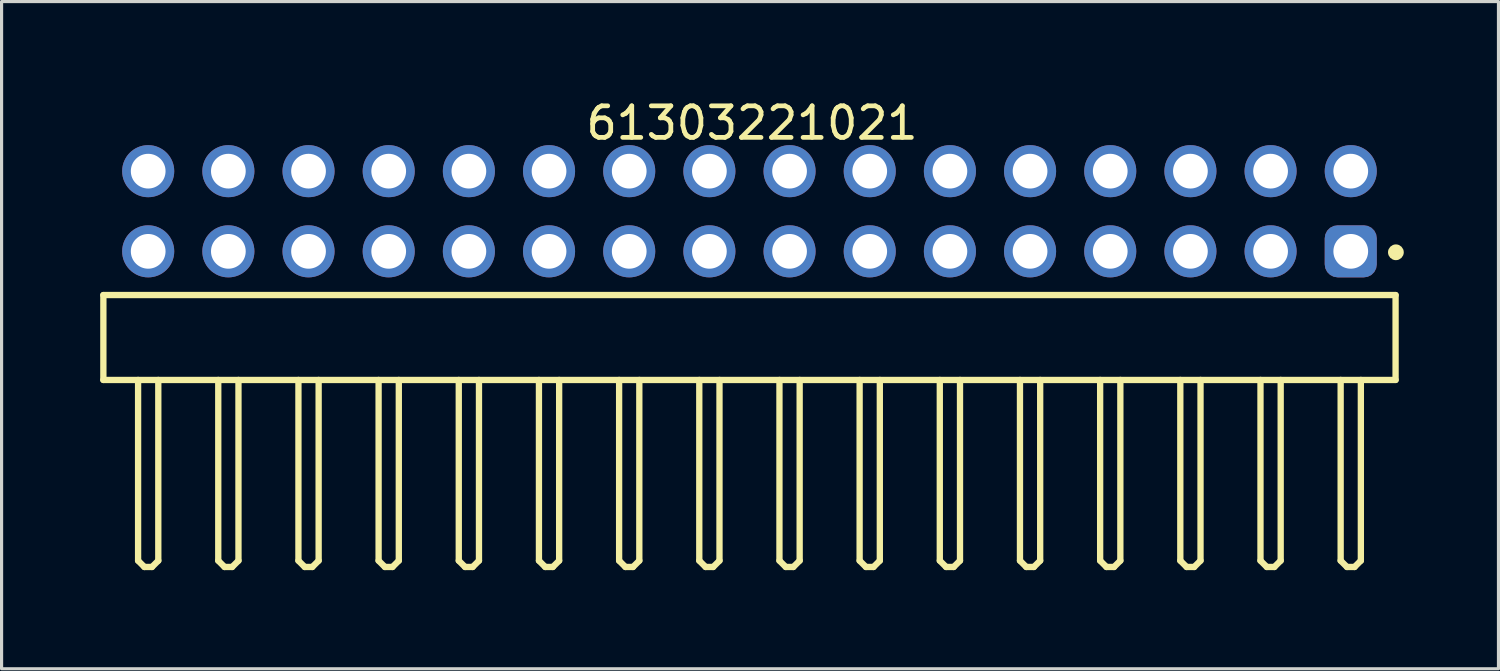
<source format=kicad_pcb>
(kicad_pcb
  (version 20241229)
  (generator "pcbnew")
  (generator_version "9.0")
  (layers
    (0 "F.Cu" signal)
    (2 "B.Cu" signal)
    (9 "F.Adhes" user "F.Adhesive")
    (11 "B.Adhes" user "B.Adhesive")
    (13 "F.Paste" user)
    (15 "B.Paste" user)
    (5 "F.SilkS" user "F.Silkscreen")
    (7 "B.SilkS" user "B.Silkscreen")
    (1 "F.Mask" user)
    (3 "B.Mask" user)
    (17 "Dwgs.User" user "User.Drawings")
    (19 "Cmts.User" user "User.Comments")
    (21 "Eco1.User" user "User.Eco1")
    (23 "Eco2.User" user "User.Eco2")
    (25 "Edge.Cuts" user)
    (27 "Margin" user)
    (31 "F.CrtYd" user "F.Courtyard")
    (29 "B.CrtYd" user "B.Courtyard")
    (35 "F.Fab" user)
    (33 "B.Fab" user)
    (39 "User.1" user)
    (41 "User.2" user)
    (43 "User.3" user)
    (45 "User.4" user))
  (footprint "61303221021"
    (layer "F.Cu")
    (at 20.695 7.643)
    (property "Reference" "61303221021" (at 0.08 -6.795 0) (layer "F.SilkS") (effects (font (size 1 1) (thickness 0.15))))
    (fp_line (start -20.47 -1.345) (end 20.47 -1.345) (stroke (width 0.2) (type solid)) (layer "F.SilkS"))
    (fp_line (start -20.47 1.345) (end -20.47 -1.345) (stroke (width 0.2) (type solid)) (layer "F.SilkS"))
    (fp_line (start -20.47 1.345) (end 20.47 1.345) (stroke (width 0.2) (type solid)) (layer "F.SilkS"))
    (fp_line (start -19.37 7.07) (end -19.37 1.345) (stroke (width 0.2) (type solid)) (layer "F.SilkS"))
    (fp_line (start -19.37 7.07) (end -19.17 7.27) (stroke (width 0.2) (type solid)) (layer "F.SilkS"))
    (fp_line (start -19.17 7.27) (end -18.93 7.27) (stroke (width 0.2) (type solid)) (layer "F.SilkS"))
    (fp_line (start -18.93 7.27) (end -18.73 7.07) (stroke (width 0.2) (type solid)) (layer "F.SilkS"))
    (fp_line (start -18.73 7.07) (end -18.73 1.345) (stroke (width 0.2) (type solid)) (layer "F.SilkS"))
    (fp_line (start -16.83 7.07) (end -16.83 1.345) (stroke (width 0.2) (type solid)) (layer "F.SilkS"))
    (fp_line (start -16.83 7.07) (end -16.63 7.27) (stroke (width 0.2) (type solid)) (layer "F.SilkS"))
    (fp_line (start -16.63 7.27) (end -16.39 7.27) (stroke (width 0.2) (type solid)) (layer "F.SilkS"))
    (fp_line (start -16.39 7.27) (end -16.19 7.07) (stroke (width 0.2) (type solid)) (layer "F.SilkS"))
    (fp_line (start -16.19 7.07) (end -16.19 1.345) (stroke (width 0.2) (type solid)) (layer "F.SilkS"))
    (fp_line (start -14.29 7.07) (end -14.29 1.345) (stroke (width 0.2) (type solid)) (layer "F.SilkS"))
    (fp_line (start -14.29 7.07) (end -14.09 7.27) (stroke (width 0.2) (type solid)) (layer "F.SilkS"))
    (fp_line (start -14.09 7.27) (end -13.85 7.27) (stroke (width 0.2) (type solid)) (layer "F.SilkS"))
    (fp_line (start -13.85 7.27) (end -13.65 7.07) (stroke (width 0.2) (type solid)) (layer "F.SilkS"))
    (fp_line (start -13.65 7.07) (end -13.65 1.345) (stroke (width 0.2) (type solid)) (layer "F.SilkS"))
    (fp_line (start -11.75 7.07) (end -11.75 1.345) (stroke (width 0.2) (type solid)) (layer "F.SilkS"))
    (fp_line (start -11.75 7.07) (end -11.55 7.27) (stroke (width 0.2) (type solid)) (layer "F.SilkS"))
    (fp_line (start -11.55 7.27) (end -11.31 7.27) (stroke (width 0.2) (type solid)) (layer "F.SilkS"))
    (fp_line (start -11.31 7.27) (end -11.11 7.07) (stroke (width 0.2) (type solid)) (layer "F.SilkS"))
    (fp_line (start -11.11 7.07) (end -11.11 1.345) (stroke (width 0.2) (type solid)) (layer "F.SilkS"))
    (fp_line (start -9.21 7.07) (end -9.21 1.345) (stroke (width 0.2) (type solid)) (layer "F.SilkS"))
    (fp_line (start -9.21 7.07) (end -9.01 7.27) (stroke (width 0.2) (type solid)) (layer "F.SilkS"))
    (fp_line (start -9.01 7.27) (end -8.77 7.27) (stroke (width 0.2) (type solid)) (layer "F.SilkS"))
    (fp_line (start -8.77 7.27) (end -8.57 7.07) (stroke (width 0.2) (type solid)) (layer "F.SilkS"))
    (fp_line (start -8.57 7.07) (end -8.57 1.345) (stroke (width 0.2) (type solid)) (layer "F.SilkS"))
    (fp_line (start -6.67 7.07) (end -6.67 1.345) (stroke (width 0.2) (type solid)) (layer "F.SilkS"))
    (fp_line (start -6.67 7.07) (end -6.47 7.27) (stroke (width 0.2) (type solid)) (layer "F.SilkS"))
    (fp_line (start -6.47 7.27) (end -6.23 7.27) (stroke (width 0.2) (type solid)) (layer "F.SilkS"))
    (fp_line (start -6.23 7.27) (end -6.03 7.07) (stroke (width 0.2) (type solid)) (layer "F.SilkS"))
    (fp_line (start -6.03 7.07) (end -6.03 1.345) (stroke (width 0.2) (type solid)) (layer "F.SilkS"))
    (fp_line (start -4.13 7.07) (end -4.13 1.345) (stroke (width 0.2) (type solid)) (layer "F.SilkS"))
    (fp_line (start -4.13 7.07) (end -3.93 7.27) (stroke (width 0.2) (type solid)) (layer "F.SilkS"))
    (fp_line (start -3.93 7.27) (end -3.69 7.27) (stroke (width 0.2) (type solid)) (layer "F.SilkS"))
    (fp_line (start -3.69 7.27) (end -3.49 7.07) (stroke (width 0.2) (type solid)) (layer "F.SilkS"))
    (fp_line (start -3.49 7.07) (end -3.49 1.345) (stroke (width 0.2) (type solid)) (layer "F.SilkS"))
    (fp_line (start -1.59 7.07) (end -1.59 1.345) (stroke (width 0.2) (type solid)) (layer "F.SilkS"))
    (fp_line (start -1.59 7.07) (end -1.39 7.27) (stroke (width 0.2) (type solid)) (layer "F.SilkS"))
    (fp_line (start -1.39 7.27) (end -1.15 7.27) (stroke (width 0.2) (type solid)) (layer "F.SilkS"))
    (fp_line (start -1.15 7.27) (end -0.95 7.07) (stroke (width 0.2) (type solid)) (layer "F.SilkS"))
    (fp_line (start -0.95 7.07) (end -0.95 1.345) (stroke (width 0.2) (type solid)) (layer "F.SilkS"))
    (fp_line (start 0.95 7.07) (end 0.95 1.345) (stroke (width 0.2) (type solid)) (layer "F.SilkS"))
    (fp_line (start 0.95 7.07) (end 1.15 7.27) (stroke (width 0.2) (type solid)) (layer "F.SilkS"))
    (fp_line (start 1.15 7.27) (end 1.39 7.27) (stroke (width 0.2) (type solid)) (layer "F.SilkS"))
    (fp_line (start 1.39 7.27) (end 1.59 7.07) (stroke (width 0.2) (type solid)) (layer "F.SilkS"))
    (fp_line (start 1.59 7.07) (end 1.59 1.345) (stroke (width 0.2) (type solid)) (layer "F.SilkS"))
    (fp_line (start 3.49 7.07) (end 3.49 1.345) (stroke (width 0.2) (type solid)) (layer "F.SilkS"))
    (fp_line (start 3.49 7.07) (end 3.69 7.27) (stroke (width 0.2) (type solid)) (layer "F.SilkS"))
    (fp_line (start 3.69 7.27) (end 3.93 7.27) (stroke (width 0.2) (type solid)) (layer "F.SilkS"))
    (fp_line (start 3.93 7.27) (end 4.13 7.07) (stroke (width 0.2) (type solid)) (layer "F.SilkS"))
    (fp_line (start 4.13 7.07) (end 4.13 1.345) (stroke (width 0.2) (type solid)) (layer "F.SilkS"))
    (fp_line (start 6.03 7.07) (end 6.03 1.345) (stroke (width 0.2) (type solid)) (layer "F.SilkS"))
    (fp_line (start 6.03 7.07) (end 6.23 7.27) (stroke (width 0.2) (type solid)) (layer "F.SilkS"))
    (fp_line (start 6.23 7.27) (end 6.47 7.27) (stroke (width 0.2) (type solid)) (layer "F.SilkS"))
    (fp_line (start 6.47 7.27) (end 6.67 7.07) (stroke (width 0.2) (type solid)) (layer "F.SilkS"))
    (fp_line (start 6.67 7.07) (end 6.67 1.345) (stroke (width 0.2) (type solid)) (layer "F.SilkS"))
    (fp_line (start 8.57 7.07) (end 8.57 1.345) (stroke (width 0.2) (type solid)) (layer "F.SilkS"))
    (fp_line (start 8.57 7.07) (end 8.77 7.27) (stroke (width 0.2) (type solid)) (layer "F.SilkS"))
    (fp_line (start 8.77 7.27) (end 9.01 7.27) (stroke (width 0.2) (type solid)) (layer "F.SilkS"))
    (fp_line (start 9.01 7.27) (end 9.21 7.07) (stroke (width 0.2) (type solid)) (layer "F.SilkS"))
    (fp_line (start 9.21 7.07) (end 9.21 1.345) (stroke (width 0.2) (type solid)) (layer "F.SilkS"))
    (fp_line (start 11.11 7.07) (end 11.11 1.345) (stroke (width 0.2) (type solid)) (layer "F.SilkS"))
    (fp_line (start 11.11 7.07) (end 11.31 7.27) (stroke (width 0.2) (type solid)) (layer "F.SilkS"))
    (fp_line (start 11.31 7.27) (end 11.55 7.27) (stroke (width 0.2) (type solid)) (layer "F.SilkS"))
    (fp_line (start 11.55 7.27) (end 11.75 7.07) (stroke (width 0.2) (type solid)) (layer "F.SilkS"))
    (fp_line (start 11.75 7.07) (end 11.75 1.345) (stroke (width 0.2) (type solid)) (layer "F.SilkS"))
    (fp_line (start 13.65 7.07) (end 13.65 1.345) (stroke (width 0.2) (type solid)) (layer "F.SilkS"))
    (fp_line (start 13.65 7.07) (end 13.85 7.27) (stroke (width 0.2) (type solid)) (layer "F.SilkS"))
    (fp_line (start 13.85 7.27) (end 14.09 7.27) (stroke (width 0.2) (type solid)) (layer "F.SilkS"))
    (fp_line (start 14.09 7.27) (end 14.29 7.07) (stroke (width 0.2) (type solid)) (layer "F.SilkS"))
    (fp_line (start 14.29 7.07) (end 14.29 1.345) (stroke (width 0.2) (type solid)) (layer "F.SilkS"))
    (fp_line (start 16.19 7.07) (end 16.19 1.345) (stroke (width 0.2) (type solid)) (layer "F.SilkS"))
    (fp_line (start 16.19 7.07) (end 16.39 7.27) (stroke (width 0.2) (type solid)) (layer "F.SilkS"))
    (fp_line (start 16.39 7.27) (end 16.63 7.27) (stroke (width 0.2) (type solid)) (layer "F.SilkS"))
    (fp_line (start 16.63 7.27) (end 16.83 7.07) (stroke (width 0.2) (type solid)) (layer "F.SilkS"))
    (fp_line (start 16.83 7.07) (end 16.83 1.345) (stroke (width 0.2) (type solid)) (layer "F.SilkS"))
    (fp_line (start 18.73 7.07) (end 18.73 1.345) (stroke (width 0.2) (type solid)) (layer "F.SilkS"))
    (fp_line (start 18.73 7.07) (end 18.93 7.27) (stroke (width 0.2) (type solid)) (layer "F.SilkS"))
    (fp_line (start 18.93 7.27) (end 19.17 7.27) (stroke (width 0.2) (type solid)) (layer "F.SilkS"))
    (fp_line (start 19.17 7.27) (end 19.37 7.07) (stroke (width 0.2) (type solid)) (layer "F.SilkS"))
    (fp_line (start 19.37 7.07) (end 19.37 1.345) (stroke (width 0.2) (type solid)) (layer "F.SilkS"))
    (fp_line (start 20.47 1.345) (end 20.47 -1.345) (stroke (width 0.2) (type solid)) (layer "F.SilkS"))
    (fp_circle (center 20.48 -2.7) (end 20.48 -2.825) (stroke (width 0.25) (type solid)) (fill no) (layer "F.SilkS"))
    (fp_line (start -20.67 -6.295) (end 20.67 -6.295) (stroke (width 0.05) (type solid)) (layer "Eco2.User"))
    (fp_line (start -20.67 7.47) (end -20.67 -6.295) (stroke (width 0.05) (type solid)) (layer "Eco2.User"))
    (fp_line (start -20.67 7.47) (end 20.67 7.47) (stroke (width 0.05) (type solid)) (layer "Eco2.User"))
    (fp_line (start -20.32 -1.27) (end 20.32 -1.27) (stroke (width 0.1) (type solid)) (layer "Eco2.User"))
    (fp_line (start -20.32 1.27) (end -20.32 -1.27) (stroke (width 0.1) (type solid)) (layer "Eco2.User"))
    (fp_line (start -20.32 1.27) (end 20.32 1.27) (stroke (width 0.1) (type solid)) (layer "Eco2.User"))
    (fp_line (start -19.37 -5.63) (end -18.73 -5.63) (stroke (width 0.1) (type solid)) (layer "Eco2.User"))
    (fp_line (start -19.37 -3.09) (end -18.73 -3.09) (stroke (width 0.1) (type solid)) (layer "Eco2.User"))
    (fp_line (start -19.37 -1.27) (end -19.37 -5.63) (stroke (width 0.1) (type solid)) (layer "Eco2.User"))
    (fp_line (start -19.37 7.07) (end -19.37 1.27) (stroke (width 0.1) (type solid)) (layer "Eco2.User"))
    (fp_line (start -19.37 7.07) (end -19.17 7.27) (stroke (width 0.1) (type solid)) (layer "Eco2.User"))
    (fp_line (start -19.17 7.27) (end -18.93 7.27) (stroke (width 0.1) (type solid)) (layer "Eco2.User"))
    (fp_line (start -18.93 7.27) (end -18.73 7.07) (stroke (width 0.1) (type solid)) (layer "Eco2.User"))
    (fp_line (start -18.73 -1.27) (end -18.73 -5.63) (stroke (width 0.1) (type solid)) (layer "Eco2.User"))
    (fp_line (start -18.73 7.07) (end -18.73 1.27) (stroke (width 0.1) (type solid)) (layer "Eco2.User"))
    (fp_line (start -16.83 -5.63) (end -16.19 -5.63) (stroke (width 0.1) (type solid)) (layer "Eco2.User"))
    (fp_line (start -16.83 -3.09) (end -16.19 -3.09) (stroke (width 0.1) (type solid)) (layer "Eco2.User"))
    (fp_line (start -16.83 -1.27) (end -16.83 -5.63) (stroke (width 0.1) (type solid)) (layer "Eco2.User"))
    (fp_line (start -16.83 7.07) (end -16.83 1.27) (stroke (width 0.1) (type solid)) (layer "Eco2.User"))
    (fp_line (start -16.83 7.07) (end -16.63 7.27) (stroke (width 0.1) (type solid)) (layer "Eco2.User"))
    (fp_line (start -16.63 7.27) (end -16.39 7.27) (stroke (width 0.1) (type solid)) (layer "Eco2.User"))
    (fp_line (start -16.39 7.27) (end -16.19 7.07) (stroke (width 0.1) (type solid)) (layer "Eco2.User"))
    (fp_line (start -16.19 -1.27) (end -16.19 -5.63) (stroke (width 0.1) (type solid)) (layer "Eco2.User"))
    (fp_line (start -16.19 7.07) (end -16.19 1.27) (stroke (width 0.1) (type solid)) (layer "Eco2.User"))
    (fp_line (start -14.29 -5.63) (end -13.65 -5.63) (stroke (width 0.1) (type solid)) (layer "Eco2.User"))
    (fp_line (start -14.29 -3.09) (end -13.65 -3.09) (stroke (width 0.1) (type solid)) (layer "Eco2.User"))
    (fp_line (start -14.29 -1.27) (end -14.29 -5.63) (stroke (width 0.1) (type solid)) (layer "Eco2.User"))
    (fp_line (start -14.29 7.07) (end -14.29 1.27) (stroke (width 0.1) (type solid)) (layer "Eco2.User"))
    (fp_line (start -14.29 7.07) (end -14.09 7.27) (stroke (width 0.1) (type solid)) (layer "Eco2.User"))
    (fp_line (start -14.09 7.27) (end -13.85 7.27) (stroke (width 0.1) (type solid)) (layer "Eco2.User"))
    (fp_line (start -13.85 7.27) (end -13.65 7.07) (stroke (width 0.1) (type solid)) (layer "Eco2.User"))
    (fp_line (start -13.65 -1.27) (end -13.65 -5.63) (stroke (width 0.1) (type solid)) (layer "Eco2.User"))
    (fp_line (start -13.65 7.07) (end -13.65 1.27) (stroke (width 0.1) (type solid)) (layer "Eco2.User"))
    (fp_line (start -11.75 -5.63) (end -11.11 -5.63) (stroke (width 0.1) (type solid)) (layer "Eco2.User"))
    (fp_line (start -11.75 -3.09) (end -11.11 -3.09) (stroke (width 0.1) (type solid)) (layer "Eco2.User"))
    (fp_line (start -11.75 -1.27) (end -11.75 -5.63) (stroke (width 0.1) (type solid)) (layer "Eco2.User"))
    (fp_line (start -11.75 7.07) (end -11.75 1.27) (stroke (width 0.1) (type solid)) (layer "Eco2.User"))
    (fp_line (start -11.75 7.07) (end -11.55 7.27) (stroke (width 0.1) (type solid)) (layer "Eco2.User"))
    (fp_line (start -11.55 7.27) (end -11.31 7.27) (stroke (width 0.1) (type solid)) (layer "Eco2.User"))
    (fp_line (start -11.31 7.27) (end -11.11 7.07) (stroke (width 0.1) (type solid)) (layer "Eco2.User"))
    (fp_line (start -11.11 -1.27) (end -11.11 -5.63) (stroke (width 0.1) (type solid)) (layer "Eco2.User"))
    (fp_line (start -11.11 7.07) (end -11.11 1.27) (stroke (width 0.1) (type solid)) (layer "Eco2.User"))
    (fp_line (start -9.21 -5.63) (end -8.57 -5.63) (stroke (width 0.1) (type solid)) (layer "Eco2.User"))
    (fp_line (start -9.21 -3.09) (end -8.57 -3.09) (stroke (width 0.1) (type solid)) (layer "Eco2.User"))
    (fp_line (start -9.21 -1.27) (end -9.21 -5.63) (stroke (width 0.1) (type solid)) (layer "Eco2.User"))
    (fp_line (start -9.21 7.07) (end -9.21 1.27) (stroke (width 0.1) (type solid)) (layer "Eco2.User"))
    (fp_line (start -9.21 7.07) (end -9.01 7.27) (stroke (width 0.1) (type solid)) (layer "Eco2.User"))
    (fp_line (start -9.01 7.27) (end -8.77 7.27) (stroke (width 0.1) (type solid)) (layer "Eco2.User"))
    (fp_line (start -8.77 7.27) (end -8.57 7.07) (stroke (width 0.1) (type solid)) (layer "Eco2.User"))
    (fp_line (start -8.57 -1.27) (end -8.57 -5.63) (stroke (width 0.1) (type solid)) (layer "Eco2.User"))
    (fp_line (start -8.57 7.07) (end -8.57 1.27) (stroke (width 0.1) (type solid)) (layer "Eco2.User"))
    (fp_line (start -6.67 -5.63) (end -6.03 -5.63) (stroke (width 0.1) (type solid)) (layer "Eco2.User"))
    (fp_line (start -6.67 -3.09) (end -6.03 -3.09) (stroke (width 0.1) (type solid)) (layer "Eco2.User"))
    (fp_line (start -6.67 -1.27) (end -6.67 -5.63) (stroke (width 0.1) (type solid)) (layer "Eco2.User"))
    (fp_line (start -6.67 7.07) (end -6.67 1.27) (stroke (width 0.1) (type solid)) (layer "Eco2.User"))
    (fp_line (start -6.67 7.07) (end -6.47 7.27) (stroke (width 0.1) (type solid)) (layer "Eco2.User"))
    (fp_line (start -6.47 7.27) (end -6.23 7.27) (stroke (width 0.1) (type solid)) (layer "Eco2.User"))
    (fp_line (start -6.23 7.27) (end -6.03 7.07) (stroke (width 0.1) (type solid)) (layer "Eco2.User"))
    (fp_line (start -6.03 -1.27) (end -6.03 -5.63) (stroke (width 0.1) (type solid)) (layer "Eco2.User"))
    (fp_line (start -6.03 7.07) (end -6.03 1.27) (stroke (width 0.1) (type solid)) (layer "Eco2.User"))
    (fp_line (start -4.13 -5.63) (end -3.49 -5.63) (stroke (width 0.1) (type solid)) (layer "Eco2.User"))
    (fp_line (start -4.13 -3.09) (end -3.49 -3.09) (stroke (width 0.1) (type solid)) (layer "Eco2.User"))
    (fp_line (start -4.13 -3.09) (end -3.49 -3.09) (stroke (width 0.1) (type solid)) (layer "Eco2.User"))
    (fp_line (start -4.13 -1.27) (end -4.13 -5.63) (stroke (width 0.1) (type solid)) (layer "Eco2.User"))
    (fp_line (start -4.13 7.07) (end -4.13 1.27) (stroke (width 0.1) (type solid)) (layer "Eco2.User"))
    (fp_line (start -4.13 7.07) (end -3.93 7.27) (stroke (width 0.1) (type solid)) (layer "Eco2.User"))
    (fp_line (start -3.93 7.27) (end -3.69 7.27) (stroke (width 0.1) (type solid)) (layer "Eco2.User"))
    (fp_line (start -3.69 7.27) (end -3.49 7.07) (stroke (width 0.1) (type solid)) (layer "Eco2.User"))
    (fp_line (start -3.49 -1.27) (end -3.49 -5.63) (stroke (width 0.1) (type solid)) (layer "Eco2.User"))
    (fp_line (start -3.49 7.07) (end -3.49 1.27) (stroke (width 0.1) (type solid)) (layer "Eco2.User"))
    (fp_line (start -1.59 -5.63) (end -0.95 -5.63) (stroke (width 0.1) (type solid)) (layer "Eco2.User"))
    (fp_line (start -1.59 -3.09) (end -0.95 -3.09) (stroke (width 0.1) (type solid)) (layer "Eco2.User"))
    (fp_line (start -1.59 -1.27) (end -1.59 -5.63) (stroke (width 0.1) (type solid)) (layer "Eco2.User"))
    (fp_line (start -1.59 7.07) (end -1.59 1.27) (stroke (width 0.1) (type solid)) (layer "Eco2.User"))
    (fp_line (start -1.59 7.07) (end -1.39 7.27) (stroke (width 0.1) (type solid)) (layer "Eco2.User"))
    (fp_line (start -1.39 7.27) (end -1.15 7.27) (stroke (width 0.1) (type solid)) (layer "Eco2.User"))
    (fp_line (start -1.15 7.27) (end -0.95 7.07) (stroke (width 0.1) (type solid)) (layer "Eco2.User"))
    (fp_line (start -0.95 -1.27) (end -0.95 -5.63) (stroke (width 0.1) (type solid)) (layer "Eco2.User"))
    (fp_line (start -0.95 7.07) (end -0.95 1.27) (stroke (width 0.1) (type solid)) (layer "Eco2.User"))
    (fp_line (start -0.5 0) (end 0.5 0) (stroke (width 0.05) (type solid)) (layer "Eco2.User"))
    (fp_line (start 0 0.5) (end 0 -0.5) (stroke (width 0.05) (type solid)) (layer "Eco2.User"))
    (fp_line (start 0.95 -5.63) (end 1.59 -5.63) (stroke (width 0.1) (type solid)) (layer "Eco2.User"))
    (fp_line (start 0.95 -3.09) (end 1.59 -3.09) (stroke (width 0.1) (type solid)) (layer "Eco2.User"))
    (fp_line (start 0.95 -1.27) (end 0.95 -5.63) (stroke (width 0.1) (type solid)) (layer "Eco2.User"))
    (fp_line (start 0.95 7.07) (end 0.95 1.27) (stroke (width 0.1) (type solid)) (layer "Eco2.User"))
    (fp_line (start 0.95 7.07) (end 1.15 7.27) (stroke (width 0.1) (type solid)) (layer "Eco2.User"))
    (fp_line (start 1.15 7.27) (end 1.39 7.27) (stroke (width 0.1) (type solid)) (layer "Eco2.User"))
    (fp_line (start 1.39 7.27) (end 1.59 7.07) (stroke (width 0.1) (type solid)) (layer "Eco2.User"))
    (fp_line (start 1.59 -1.27) (end 1.59 -5.63) (stroke (width 0.1) (type solid)) (layer "Eco2.User"))
    (fp_line (start 1.59 7.07) (end 1.59 1.27) (stroke (width 0.1) (type solid)) (layer "Eco2.User"))
    (fp_line (start 3.49 -5.63) (end 4.13 -5.63) (stroke (width 0.1) (type solid)) (layer "Eco2.User"))
    (fp_line (start 3.49 -3.09) (end 4.13 -3.09) (stroke (width 0.1) (type solid)) (layer "Eco2.User"))
    (fp_line (start 3.49 -1.27) (end 3.49 -5.63) (stroke (width 0.1) (type solid)) (layer "Eco2.User"))
    (fp_line (start 3.49 7.07) (end 3.49 1.27) (stroke (width 0.1) (type solid)) (layer "Eco2.User"))
    (fp_line (start 3.49 7.07) (end 3.69 7.27) (stroke (width 0.1) (type solid)) (layer "Eco2.User"))
    (fp_line (start 3.69 7.27) (end 3.93 7.27) (stroke (width 0.1) (type solid)) (layer "Eco2.User"))
    (fp_line (start 3.93 7.27) (end 4.13 7.07) (stroke (width 0.1) (type solid)) (layer "Eco2.User"))
    (fp_line (start 4.13 -1.27) (end 4.13 -5.63) (stroke (width 0.1) (type solid)) (layer "Eco2.User"))
    (fp_line (start 4.13 7.07) (end 4.13 1.27) (stroke (width 0.1) (type solid)) (layer "Eco2.User"))
    (fp_line (start 6.03 -5.63) (end 6.67 -5.63) (stroke (width 0.1) (type solid)) (layer "Eco2.User"))
    (fp_line (start 6.03 -3.09) (end 6.67 -3.09) (stroke (width 0.1) (type solid)) (layer "Eco2.User"))
    (fp_line (start 6.03 -1.27) (end 6.03 -5.63) (stroke (width 0.1) (type solid)) (layer "Eco2.User"))
    (fp_line (start 6.03 7.07) (end 6.03 1.27) (stroke (width 0.1) (type solid)) (layer "Eco2.User"))
    (fp_line (start 6.03 7.07) (end 6.23 7.27) (stroke (width 0.1) (type solid)) (layer "Eco2.User"))
    (fp_line (start 6.23 7.27) (end 6.47 7.27) (stroke (width 0.1) (type solid)) (layer "Eco2.User"))
    (fp_line (start 6.47 7.27) (end 6.67 7.07) (stroke (width 0.1) (type solid)) (layer "Eco2.User"))
    (fp_line (start 6.67 -1.27) (end 6.67 -5.63) (stroke (width 0.1) (type solid)) (layer "Eco2.User"))
    (fp_line (start 6.67 7.07) (end 6.67 1.27) (stroke (width 0.1) (type solid)) (layer "Eco2.User"))
    (fp_line (start 8.57 -5.63) (end 9.21 -5.63) (stroke (width 0.1) (type solid)) (layer "Eco2.User"))
    (fp_line (start 8.57 -3.09) (end 9.21 -3.09) (stroke (width 0.1) (type solid)) (layer "Eco2.User"))
    (fp_line (start 8.57 -1.27) (end 8.57 -5.63) (stroke (width 0.1) (type solid)) (layer "Eco2.User"))
    (fp_line (start 8.57 7.07) (end 8.57 1.27) (stroke (width 0.1) (type solid)) (layer "Eco2.User"))
    (fp_line (start 8.57 7.07) (end 8.77 7.27) (stroke (width 0.1) (type solid)) (layer "Eco2.User"))
    (fp_line (start 8.77 7.27) (end 9.01 7.27) (stroke (width 0.1) (type solid)) (layer "Eco2.User"))
    (fp_line (start 9.01 7.27) (end 9.21 7.07) (stroke (width 0.1) (type solid)) (layer "Eco2.User"))
    (fp_line (start 9.21 -1.27) (end 9.21 -5.63) (stroke (width 0.1) (type solid)) (layer "Eco2.User"))
    (fp_line (start 9.21 7.07) (end 9.21 1.27) (stroke (width 0.1) (type solid)) (layer "Eco2.User"))
    (fp_line (start 11.11 -5.63) (end 11.75 -5.63) (stroke (width 0.1) (type solid)) (layer "Eco2.User"))
    (fp_line (start 11.11 -3.09) (end 11.75 -3.09) (stroke (width 0.1) (type solid)) (layer "Eco2.User"))
    (fp_line (start 11.11 -1.27) (end 11.11 -5.63) (stroke (width 0.1) (type solid)) (layer "Eco2.User"))
    (fp_line (start 11.11 7.07) (end 11.11 1.27) (stroke (width 0.1) (type solid)) (layer "Eco2.User"))
    (fp_line (start 11.11 7.07) (end 11.31 7.27) (stroke (width 0.1) (type solid)) (layer "Eco2.User"))
    (fp_line (start 11.31 7.27) (end 11.55 7.27) (stroke (width 0.1) (type solid)) (layer "Eco2.User"))
    (fp_line (start 11.55 7.27) (end 11.75 7.07) (stroke (width 0.1) (type solid)) (layer "Eco2.User"))
    (fp_line (start 11.75 -1.27) (end 11.75 -5.63) (stroke (width 0.1) (type solid)) (layer "Eco2.User"))
    (fp_line (start 11.75 7.07) (end 11.75 1.27) (stroke (width 0.1) (type solid)) (layer "Eco2.User"))
    (fp_line (start 13.65 -5.63) (end 14.29 -5.63) (stroke (width 0.1) (type solid)) (layer "Eco2.User"))
    (fp_line (start 13.65 -3.09) (end 14.29 -3.09) (stroke (width 0.1) (type solid)) (layer "Eco2.User"))
    (fp_line (start 13.65 -1.27) (end 13.65 -5.63) (stroke (width 0.1) (type solid)) (layer "Eco2.User"))
    (fp_line (start 13.65 7.07) (end 13.65 1.27) (stroke (width 0.1) (type solid)) (layer "Eco2.User"))
    (fp_line (start 13.65 7.07) (end 13.85 7.27) (stroke (width 0.1) (type solid)) (layer "Eco2.User"))
    (fp_line (start 13.85 7.27) (end 14.09 7.27) (stroke (width 0.1) (type solid)) (layer "Eco2.User"))
    (fp_line (start 14.09 7.27) (end 14.29 7.07) (stroke (width 0.1) (type solid)) (layer "Eco2.User"))
    (fp_line (start 14.29 -1.27) (end 14.29 -5.63) (stroke (width 0.1) (type solid)) (layer "Eco2.User"))
    (fp_line (start 14.29 7.07) (end 14.29 1.27) (stroke (width 0.1) (type solid)) (layer "Eco2.User"))
    (fp_line (start 16.19 -5.63) (end 16.83 -5.63) (stroke (width 0.1) (type solid)) (layer "Eco2.User"))
    (fp_line (start 16.19 -3.09) (end 16.83 -3.09) (stroke (width 0.1) (type solid)) (layer "Eco2.User"))
    (fp_line (start 16.19 -1.27) (end 16.19 -5.63) (stroke (width 0.1) (type solid)) (layer "Eco2.User"))
    (fp_line (start 16.19 7.07) (end 16.19 1.27) (stroke (width 0.1) (type solid)) (layer "Eco2.User"))
    (fp_line (start 16.19 7.07) (end 16.39 7.27) (stroke (width 0.1) (type solid)) (layer "Eco2.User"))
    (fp_line (start 16.39 7.27) (end 16.63 7.27) (stroke (width 0.1) (type solid)) (layer "Eco2.User"))
    (fp_line (start 16.63 7.27) (end 16.83 7.07) (stroke (width 0.1) (type solid)) (layer "Eco2.User"))
    (fp_line (start 16.83 -1.27) (end 16.83 -5.63) (stroke (width 0.1) (type solid)) (layer "Eco2.User"))
    (fp_line (start 16.83 7.07) (end 16.83 1.27) (stroke (width 0.1) (type solid)) (layer "Eco2.User"))
    (fp_line (start 18.73 -5.63) (end 19.37 -5.63) (stroke (width 0.1) (type solid)) (layer "Eco2.User"))
    (fp_line (start 18.73 -3.09) (end 19.37 -3.09) (stroke (width 0.1) (type solid)) (layer "Eco2.User"))
    (fp_line (start 18.73 -1.27) (end 18.73 -5.63) (stroke (width 0.1) (type solid)) (layer "Eco2.User"))
    (fp_line (start 18.73 7.07) (end 18.73 1.27) (stroke (width 0.1) (type solid)) (layer "Eco2.User"))
    (fp_line (start 18.73 7.07) (end 18.93 7.27) (stroke (width 0.1) (type solid)) (layer "Eco2.User"))
    (fp_line (start 18.93 7.27) (end 19.17 7.27) (stroke (width 0.1) (type solid)) (layer "Eco2.User"))
    (fp_line (start 19.17 7.27) (end 19.37 7.07) (stroke (width 0.1) (type solid)) (layer "Eco2.User"))
    (fp_line (start 19.37 -1.27) (end 19.37 -5.63) (stroke (width 0.1) (type solid)) (layer "Eco2.User"))
    (fp_line (start 19.37 7.07) (end 19.37 1.27) (stroke (width 0.1) (type solid)) (layer "Eco2.User"))
    (fp_line (start 20.32 1.27) (end 20.32 -1.27) (stroke (width 0.1) (type solid)) (layer "Eco2.User"))
    (fp_line (start 20.67 7.47) (end 20.67 -6.295) (stroke (width 0.05) (type solid)) (layer "Eco2.User"))
    (fp_text user "${REFERENCE}" (at 0.15 -0.197 0) (unlocked yes) (layer "User.3") (effects (font (size 1.5 1.5) (thickness 0.15))))
    (pad "1" thru_hole roundrect (at 19.05 -2.73) (size 1.65 1.65) (drill 1.1) (layers "*.Cu" "*.Mask") (roundrect_rratio 0.25))
    (pad "2" thru_hole circle (at 19.05 -5.27) (size 1.65 1.65) (drill 1.1) (layers "*.Cu" "*.Mask"))
    (pad "3" thru_hole circle (at 16.51 -2.73) (size 1.65 1.65) (drill 1.1) (layers "*.Cu" "*.Mask"))
    (pad "4" thru_hole circle (at 16.51 -5.27) (size 1.65 1.65) (drill 1.1) (layers "*.Cu" "*.Mask"))
    (pad "5" thru_hole circle (at 13.97 -2.73) (size 1.65 1.65) (drill 1.1) (layers "*.Cu" "*.Mask"))
    (pad "6" thru_hole circle (at 13.97 -5.27) (size 1.65 1.65) (drill 1.1) (layers "*.Cu" "*.Mask"))
    (pad "7" thru_hole circle (at 11.43 -2.73) (size 1.65 1.65) (drill 1.1) (layers "*.Cu" "*.Mask"))
    (pad "8" thru_hole circle (at 11.43 -5.27) (size 1.65 1.65) (drill 1.1) (layers "*.Cu" "*.Mask"))
    (pad "9" thru_hole circle (at 8.89 -2.73) (size 1.65 1.65) (drill 1.1) (layers "*.Cu" "*.Mask"))
    (pad "10" thru_hole circle (at 8.89 -5.27) (size 1.65 1.65) (drill 1.1) (layers "*.Cu" "*.Mask"))
    (pad "11" thru_hole circle (at 6.35 -2.73) (size 1.65 1.65) (drill 1.1) (layers "*.Cu" "*.Mask"))
    (pad "12" thru_hole circle (at 6.35 -5.27) (size 1.65 1.65) (drill 1.1) (layers "*.Cu" "*.Mask"))
    (pad "13" thru_hole circle (at 3.81 -2.73) (size 1.65 1.65) (drill 1.1) (layers "*.Cu" "*.Mask"))
    (pad "14" thru_hole circle (at 3.81 -5.27) (size 1.65 1.65) (drill 1.1) (layers "*.Cu" "*.Mask"))
    (pad "15" thru_hole circle (at 1.27 -2.73) (size 1.65 1.65) (drill 1.1) (layers "*.Cu" "*.Mask"))
    (pad "16" thru_hole circle (at 1.27 -5.27) (size 1.65 1.65) (drill 1.1) (layers "*.Cu" "*.Mask"))
    (pad "17" thru_hole circle (at -1.27 -2.73) (size 1.65 1.65) (drill 1.1) (layers "*.Cu" "*.Mask"))
    (pad "18" thru_hole circle (at -1.27 -5.27) (size 1.65 1.65) (drill 1.1) (layers "*.Cu" "*.Mask"))
    (pad "19" thru_hole circle (at -3.81 -2.73) (size 1.65 1.65) (drill 1.1) (layers "*.Cu" "*.Mask"))
    (pad "20" thru_hole circle (at -3.81 -5.27) (size 1.65 1.65) (drill 1.1) (layers "*.Cu" "*.Mask"))
    (pad "21" thru_hole circle (at -6.35 -2.73) (size 1.65 1.65) (drill 1.1) (layers "*.Cu" "*.Mask"))
    (pad "22" thru_hole circle (at -6.35 -5.27) (size 1.65 1.65) (drill 1.1) (layers "*.Cu" "*.Mask"))
    (pad "23" thru_hole circle (at -8.89 -2.73) (size 1.65 1.65) (drill 1.1) (layers "*.Cu" "*.Mask"))
    (pad "24" thru_hole circle (at -8.89 -5.27) (size 1.65 1.65) (drill 1.1) (layers "*.Cu" "*.Mask"))
    (pad "25" thru_hole circle (at -11.43 -2.73) (size 1.65 1.65) (drill 1.1) (layers "*.Cu" "*.Mask"))
    (pad "26" thru_hole circle (at -11.43 -5.27) (size 1.65 1.65) (drill 1.1) (layers "*.Cu" "*.Mask"))
    (pad "27" thru_hole circle (at -13.97 -2.73) (size 1.65 1.65) (drill 1.1) (layers "*.Cu" "*.Mask"))
    (pad "28" thru_hole circle (at -13.97 -5.27) (size 1.65 1.65) (drill 1.1) (layers "*.Cu" "*.Mask"))
    (pad "29" thru_hole circle (at -16.51 -2.73) (size 1.65 1.65) (drill 1.1) (layers "*.Cu" "*.Mask"))
    (pad "30" thru_hole circle (at -16.51 -5.27) (size 1.65 1.65) (drill 1.1) (layers "*.Cu" "*.Mask"))
    (pad "31" thru_hole circle (at -19.05 -2.73) (size 1.65 1.65) (drill 1.1) (layers "*.Cu" "*.Mask"))
    (pad "32" thru_hole circle (at -19.05 -5.27) (size 1.65 1.65) (drill 1.1) (layers "*.Cu" "*.Mask")))
  (gr_rect
    (start -3 -3)
    (end 44.425 18.138)
    (stroke (width 0.1) (type default))
    (fill no)
    (layer "Edge.Cuts")))
</source>
